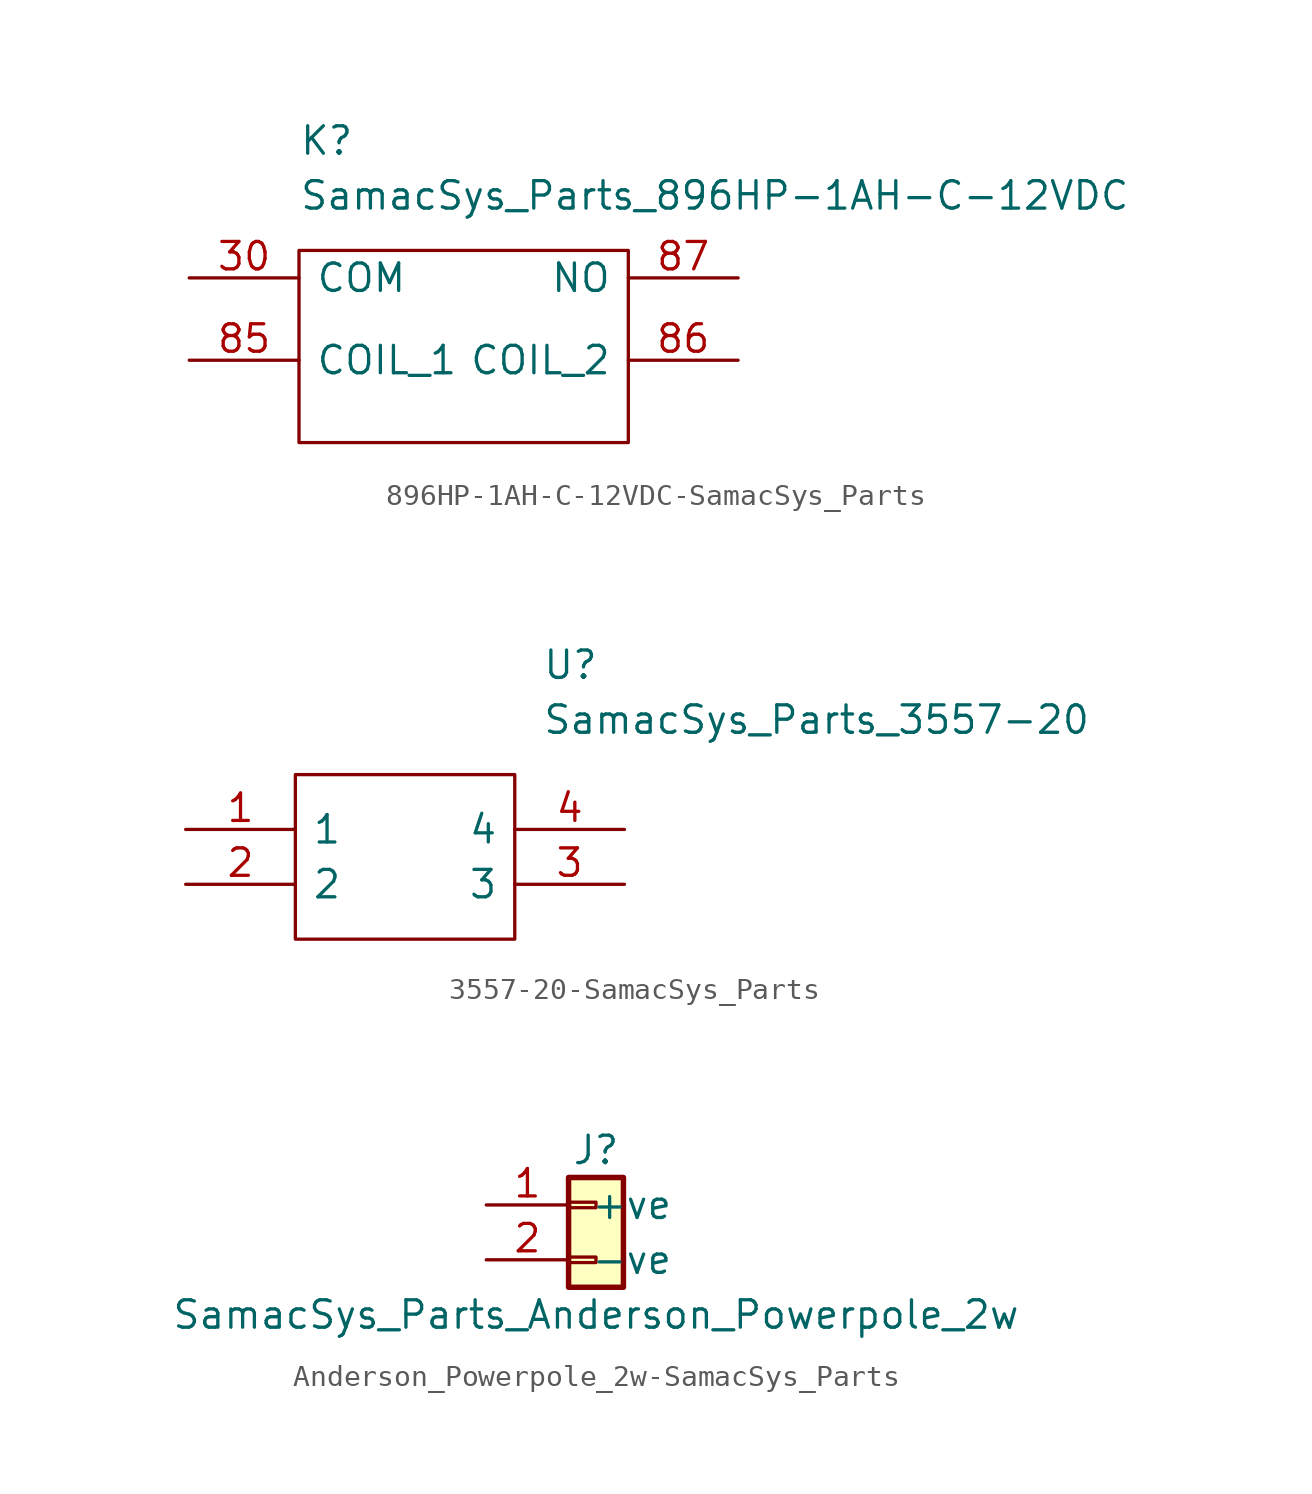
<source format=kicad_sym>
(kicad_symbol_lib
  (version 20231120)
  (generator "kicad_symbol_editor")
  (generator_version "8.0")
  (symbol "896HP-1AH-C-12VDC-SamacSys_Parts"
    (pin_names
      (offset 0.762))
    (property "Reference" "K"
      (at 5.08 12.7 0)
      (effects (font (size 1.27 1.27)) (justify left)))
    (property "Value" "SamacSys_Parts_896HP-1AH-C-12VDC"
      (at 5.08 10.16 0)
      (effects (font (size 1.27 1.27)) (justify left)))
    (symbol "896HP-1AH-C-12VDC-SamacSys_Parts_0_0"
      (pin passive line (at 0 6.35 0) (length 5.08) (name "COM" (effects (font (size 1.27 1.27)))) (number "30" (effects (font (size 1.27 1.27)))))
      (pin passive line (at 0 2.54 0) (length 5.08) (name "COIL_1" (effects (font (size 1.27 1.27)))) (number "85" (effects (font (size 1.27 1.27)))))
      (pin passive line (at 25.4 2.54 180) (length 5.08) (name "COIL_2" (effects (font (size 1.27 1.27)))) (number "86" (effects (font (size 1.27 1.27)))))
      (pin passive line (at 25.4 6.35 180) (length 5.08) (name "NO" (effects (font (size 1.27 1.27)))) (number "87" (effects (font (size 1.27 1.27))))))
    (symbol "896HP-1AH-C-12VDC-SamacSys_Parts_0_1"
      (polyline (pts (xy 5.08 7.62) (xy 20.32 7.62) (xy 20.32 -1.27) (xy 5.08 -1.27) (xy 5.08 7.62)) (stroke (width 0.152) (type solid)) (fill (type none)))))
  (symbol "3557-20-SamacSys_Parts"
    (pin_names
      (offset 0.762))
    (property "Reference" "U"
      (at 16.51 7.62 0)
      (effects (font (size 1.27 1.27)) (justify left)))
    (property "Value" "SamacSys_Parts_3557-20"
      (at 16.51 5.08 0)
      (effects (font (size 1.27 1.27)) (justify left)))
    (symbol "3557-20-SamacSys_Parts_0_0"
      (pin passive line (at 0 0 0) (length 5.08) (name "1" (effects (font (size 1.27 1.27)))) (number "1" (effects (font (size 1.27 1.27)))))
      (pin passive line (at 0 -2.54 0) (length 5.08) (name "2" (effects (font (size 1.27 1.27)))) (number "2" (effects (font (size 1.27 1.27)))))
      (pin passive line (at 20.32 -2.54 180) (length 5.08) (name "3" (effects (font (size 1.27 1.27)))) (number "3" (effects (font (size 1.27 1.27)))))
      (pin passive line (at 20.32 0 180) (length 5.08) (name "4" (effects (font (size 1.27 1.27)))) (number "4" (effects (font (size 1.27 1.27))))))
    (symbol "3557-20-SamacSys_Parts_0_1"
      (polyline (pts (xy 5.08 2.54) (xy 15.24 2.54) (xy 15.24 -5.08) (xy 5.08 -5.08) (xy 5.08 2.54)) (stroke (width 0.152) (type solid)) (fill (type none)))))
  (symbol "Anderson_Powerpole_2w-SamacSys_Parts"
    (pin_names
      (offset 1.016))
    (property "Reference" "J"
      (at 0 2.54 0)
      (effects (font (size 1.27 1.27))))
    (property "Value" "SamacSys_Parts_Anderson_Powerpole_2w"
      (at 0 -5.08 0)
      (effects (font (size 1.27 1.27))))
    (symbol "Anderson_Powerpole_2w-SamacSys_Parts_1_1"
      (rectangle (start -1.27 -2.413) (end 0 -2.667) (stroke (width 0.152) (type solid)) (fill (type none)))
      (rectangle (start -1.27 0.127) (end 0 -0.127) (stroke (width 0.152) (type solid)) (fill (type none)))
      (rectangle (start -1.27 1.27) (end 1.27 -3.81) (stroke (width 0.254) (type solid)) (fill (type background)))
      (pin bidirectional line (at -5.08 0 0) (length 3.81) (name "+ve" (effects (font (size 1.27 1.27)))) (number "1" (effects (font (size 1.27 1.27)))))
      (pin bidirectional line (at -5.08 -2.54 0) (length 3.81) (name "-ve" (effects (font (size 1.27 1.27)))) (number "2" (effects (font (size 1.27 1.27))))))))
</source>
